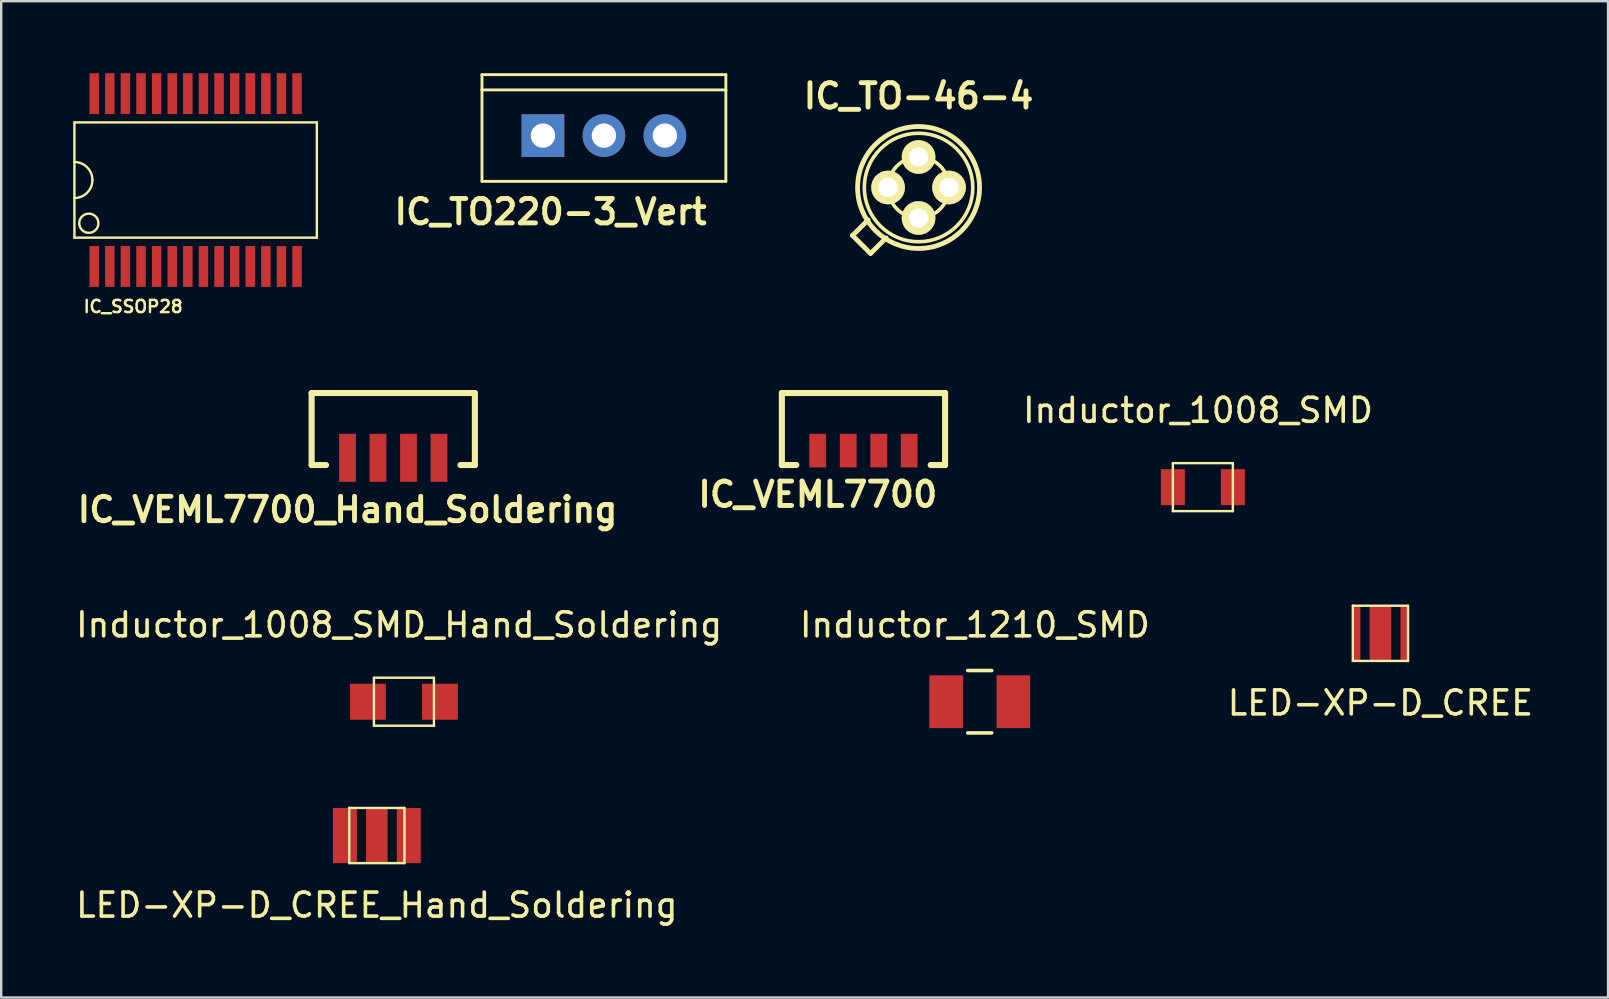
<source format=kicad_pcb>
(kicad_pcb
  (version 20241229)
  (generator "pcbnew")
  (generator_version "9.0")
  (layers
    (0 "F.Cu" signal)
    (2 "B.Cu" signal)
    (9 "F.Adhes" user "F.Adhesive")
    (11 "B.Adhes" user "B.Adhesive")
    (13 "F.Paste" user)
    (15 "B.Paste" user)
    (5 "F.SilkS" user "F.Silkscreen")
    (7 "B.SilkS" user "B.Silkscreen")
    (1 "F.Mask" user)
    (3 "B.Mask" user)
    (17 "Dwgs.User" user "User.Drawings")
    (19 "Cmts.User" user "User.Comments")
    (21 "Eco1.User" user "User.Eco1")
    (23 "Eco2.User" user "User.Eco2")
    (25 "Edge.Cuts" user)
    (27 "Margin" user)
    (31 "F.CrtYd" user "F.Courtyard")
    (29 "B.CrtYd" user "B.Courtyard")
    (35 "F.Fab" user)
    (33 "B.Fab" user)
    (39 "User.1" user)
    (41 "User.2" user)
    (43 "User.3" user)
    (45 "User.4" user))
  (footprint "Inductor_1008_SMD_Hand_Soldering"
    (layer "F.Cu")
    (at 13.778 26.183)
    (property "Reference" "Inductor_1008_SMD_Hand_Soldering" (at -0.201 -3.2 0) (layer "F.SilkS") (effects (font (size 1 1) (thickness 0.15))))
    (attr smd)
    (fp_line (start -1.25 -1) (end -1.25 1) (stroke (width 0.1) (type solid)) (layer "F.SilkS"))
    (fp_line (start -1.25 1) (end 1.25 1) (stroke (width 0.1) (type solid)) (layer "F.SilkS"))
    (fp_line (start 1.25 -1) (end -1.25 -1) (stroke (width 0.1) (type solid)) (layer "F.SilkS"))
    (fp_line (start 1.25 1) (end 1.25 -1) (stroke (width 0.1) (type solid)) (layer "F.SilkS"))
    (pad "1" smd rect (at -1.5 0) (size 1.5 1.5) (layers "F.Cu" "F.Mask" "F.Paste"))
    (pad "2" smd rect (at 1.5 0) (size 1.5 1.5) (layers "F.Cu" "F.Mask" "F.Paste")))
  (footprint "LED-XP-D_CREE"
    (layer "F.Cu")
    (at 54.458 23.334)
    (property "Reference" "LED-XP-D_CREE" (at 0 2.9 0) (layer "F.SilkS") (effects (font (size 1 1) (thickness 0.15))))
    (attr smd)
    (fp_line (start -1.15 -1.15) (end 1.15 -1.15) (stroke (width 0.1) (type solid)) (layer "F.SilkS"))
    (fp_line (start -1.15 1.15) (end -1.15 -1.15) (stroke (width 0.1) (type solid)) (layer "F.SilkS"))
    (fp_line (start 1.15 -1.15) (end 1.15 1.15) (stroke (width 0.1) (type solid)) (layer "F.SilkS"))
    (fp_line (start 1.15 1.15) (end -1.15 1.15) (stroke (width 0.1) (type solid)) (layer "F.SilkS"))
    (pad "1" smd rect (at -1 0) (size 0.33 2.3) (layers "F.Cu" "F.Mask" "F.Paste"))
    (pad "2" smd rect (at 1 0) (size 0.33 2.3) (layers "F.Cu" "F.Mask" "F.Paste"))
    (pad "3" smd rect (at 0 0) (size 0.9 2.3) (layers "F.Cu" "F.Mask" "F.Paste")))
  (footprint "IC_TO-46-4"
    (layer "F.Cu")
    (at 35.217 4.761)
    (property "Reference" "IC_TO-46-4" (at 0 -3.81 0) (layer "F.SilkS") (effects (font (size 1.016 1.016) (thickness 0.203))))
    (attr through_hole)
    (fp_line (start -2.75 2) (end -2.1 1.35) (stroke (width 0.2) (type solid)) (layer "F.SilkS"))
    (fp_line (start -2.75 2) (end -2 2.75) (stroke (width 0.2) (type solid)) (layer "F.SilkS"))
    (fp_line (start -2 2.75) (end -1.35 2.1) (stroke (width 0.2) (type solid)) (layer "F.SilkS"))
    (fp_circle (center 0 0) (end -2.54 0) (stroke (width 0.2) (type solid)) (fill no) (layer "F.SilkS"))
    (fp_circle (center 0 0) (end 1.27 0) (stroke (width 0.15) (type solid)) (fill no) (layer "F.SilkS"))
    (fp_circle (center 0 0) (end 2.26 0) (stroke (width 0.15) (type solid)) (fill no) (layer "F.SilkS"))
    (pad "1" thru_hole circle (at 0 1.27) (size 1.4 1.4) (drill 0.8) (layers "*.Cu" "*.Mask" "F.SilkS"))
    (pad "2" thru_hole circle (at 1.27 0) (size 1.4 1.4) (drill 0.8) (layers "*.Cu" "*.Mask" "F.SilkS"))
    (pad "3" thru_hole circle (at 0 -1.27) (size 1.4 1.4) (drill 0.8) (layers "*.Cu" "*.Mask" "F.SilkS"))
    (pad "4" thru_hole circle (at -1.27 0) (size 1.4 1.4) (drill 0.8) (layers "*.Cu" "*.Mask" "F.SilkS")))
  (footprint "IC_VEML7700_Hand_Soldering"
    (layer "F.Cu")
    (at 13.333 14.373)
    (property "Reference" "IC_VEML7700_Hand_Soldering" (at -1.905 3.81 0) (layer "F.SilkS") (effects (font (size 1.016 1.016) (thickness 0.203))))
    (attr smd)
    (fp_line (start -3.4 -1.05) (end 3.4 -1.05) (stroke (width 0.254) (type solid)) (layer "F.SilkS"))
    (fp_line (start -3.4 1.95) (end -3.4 -1.05) (stroke (width 0.254) (type solid)) (layer "F.SilkS"))
    (fp_line (start -3.4 1.95) (end -2.8 1.95) (stroke (width 0.254) (type solid)) (layer "F.SilkS"))
    (fp_line (start 3.4 -1.05) (end 3.4 1.95) (stroke (width 0.254) (type solid)) (layer "F.SilkS"))
    (fp_line (start 3.4 1.95) (end 2.8 1.95) (stroke (width 0.254) (type solid)) (layer "F.SilkS"))
    (pad "1" smd rect (at -1.905 1.65) (size 0.7 2) (layers "F.Cu" "F.Mask" "F.Paste"))
    (pad "2" smd rect (at -0.635 1.65) (size 0.7 2) (layers "F.Cu" "F.Mask" "F.Paste"))
    (pad "3" smd rect (at 0.635 1.65) (size 0.7 2) (layers "F.Cu" "F.Mask" "F.Paste"))
    (pad "4" smd rect (at 1.905 1.65) (size 0.7 2) (layers "F.Cu" "F.Mask" "F.Paste")))
  (footprint "LED-XP-D_CREE_Hand_Soldering"
    (layer "F.Cu")
    (at 12.649 31.758)
    (property "Reference" "LED-XP-D_CREE_Hand_Soldering" (at 0 2.9 0) (layer "F.SilkS") (effects (font (size 1 1) (thickness 0.15))))
    (attr smd)
    (fp_line (start -1.15 -1.15) (end 1.15 -1.15) (stroke (width 0.1) (type solid)) (layer "F.SilkS"))
    (fp_line (start -1.15 1.15) (end -1.15 -1.15) (stroke (width 0.1) (type solid)) (layer "F.SilkS"))
    (fp_line (start 1.15 -1.15) (end 1.15 1.15) (stroke (width 0.1) (type solid)) (layer "F.SilkS"))
    (fp_line (start 1.15 1.15) (end -1.15 1.15) (stroke (width 0.1) (type solid)) (layer "F.SilkS"))
    (pad "1" smd rect (at -1.33 0) (size 1 2.3) (layers "F.Cu" "F.Mask" "F.Paste"))
    (pad "2" smd rect (at 1.33 0) (size 1 2.3) (layers "F.Cu" "F.Mask" "F.Paste"))
    (pad "3" smd rect (at 0 0) (size 0.9 2.3) (layers "F.Cu" "F.Mask" "F.Paste")))
  (footprint "Inductor_1210_SMD"
    (layer "F.Cu")
    (at 37.766 26.183)
    (property "Reference" "Inductor_1210_SMD" (at -0.201 -3.2 0) (layer "F.SilkS") (effects (font (size 1 1) (thickness 0.15))))
    (attr smd)
    (fp_line (start 0.5 -1.3) (end -0.5 -1.3) (stroke (width 0.15) (type solid)) (layer "F.SilkS"))
    (fp_line (start 0.5 1.3) (end -0.5 1.3) (stroke (width 0.15) (type solid)) (layer "F.SilkS"))
    (pad "1" smd rect (at -1.4 0) (size 1.4 2.2) (layers "F.Cu" "F.Mask" "F.Paste"))
    (pad "2" smd rect (at 1.4 0) (size 1.4 2.2) (layers "F.Cu" "F.Mask" "F.Paste")))
  (footprint "IC_VEML7700"
    (layer "F.Cu")
    (at 32.922 14.373)
    (property "Reference" "IC_VEML7700" (at -1.905 3.175 0) (layer "F.SilkS") (effects (font (size 1.016 1.016) (thickness 0.203))))
    (attr smd)
    (fp_line (start -3.4 -1.05) (end 3.4 -1.05) (stroke (width 0.254) (type solid)) (layer "F.SilkS"))
    (fp_line (start -3.4 1.95) (end -3.4 -1.05) (stroke (width 0.254) (type solid)) (layer "F.SilkS"))
    (fp_line (start -3.4 1.95) (end -2.8 1.95) (stroke (width 0.254) (type solid)) (layer "F.SilkS"))
    (fp_line (start 3.4 -1.05) (end 3.4 1.95) (stroke (width 0.254) (type solid)) (layer "F.SilkS"))
    (fp_line (start 3.4 1.95) (end 2.8 1.95) (stroke (width 0.254) (type solid)) (layer "F.SilkS"))
    (pad "1" smd rect (at -1.905 1.35) (size 0.7 1.4) (layers "F.Cu" "F.Mask" "F.Paste"))
    (pad "2" smd rect (at -0.635 1.35) (size 0.7 1.4) (layers "F.Cu" "F.Mask" "F.Paste"))
    (pad "3" smd rect (at 0.635 1.35) (size 0.7 1.4) (layers "F.Cu" "F.Mask" "F.Paste"))
    (pad "4" smd rect (at 1.905 1.35) (size 0.7 1.4) (layers "F.Cu" "F.Mask" "F.Paste")))
  (footprint "Inductor_1008_SMD"
    (layer "F.Cu")
    (at 47.061 17.245)
    (property "Reference" "Inductor_1008_SMD" (at -0.201 -3.2 0) (layer "F.SilkS") (effects (font (size 1 1) (thickness 0.15))))
    (attr smd)
    (fp_line (start -1.25 -1) (end -1.25 1) (stroke (width 0.1) (type solid)) (layer "F.SilkS"))
    (fp_line (start -1.25 1) (end 1.25 1) (stroke (width 0.1) (type solid)) (layer "F.SilkS"))
    (fp_line (start 1.25 -1) (end -1.25 -1) (stroke (width 0.1) (type solid)) (layer "F.SilkS"))
    (fp_line (start 1.25 1) (end 1.25 -1) (stroke (width 0.1) (type solid)) (layer "F.SilkS"))
    (pad "1" smd rect (at -1.25 0) (size 1 1.5) (layers "F.Cu" "F.Mask" "F.Paste"))
    (pad "2" smd rect (at 1.25 0) (size 1 1.5) (layers "F.Cu" "F.Mask" "F.Paste")))
  (footprint "IC_TO220-3_Vert"
    (layer "F.Cu")
    (at 22.109 2.6)
    (property "Reference" "IC_TO220-3_Vert" (at -2.223 3.175 0) (layer "F.SilkS") (effects (font (size 1.016 1.016) (thickness 0.203))))
    (attr through_hole)
    (fp_line (start -5.08 -2.54) (end 5.08 -2.54) (stroke (width 0.12) (type solid)) (layer "F.SilkS"))
    (fp_line (start -5.08 -1.905) (end -5.08 -2.54) (stroke (width 0.12) (type solid)) (layer "F.SilkS"))
    (fp_line (start -5.08 -1.905) (end 5.08 -1.905) (stroke (width 0.12) (type solid)) (layer "F.SilkS"))
    (fp_line (start -5.08 1.905) (end -5.08 -1.905) (stroke (width 0.12) (type solid)) (layer "F.SilkS"))
    (fp_line (start 5.08 -2.54) (end 5.08 -1.905) (stroke (width 0.12) (type solid)) (layer "F.SilkS"))
    (fp_line (start 5.08 -1.905) (end 5.08 1.905) (stroke (width 0.12) (type solid)) (layer "F.SilkS"))
    (fp_line (start 5.08 1.905) (end -5.08 1.905) (stroke (width 0.12) (type solid)) (layer "F.SilkS"))
    (pad "1" thru_hole rect (at -2.54 0 90) (size 1.778 1.778) (drill 1.016) (layers "*.Cu" "*.Mask"))
    (pad "2" thru_hole circle (at 0 0 90) (size 1.778 1.778) (drill 1.016) (layers "*.Cu" "*.Mask"))
    (pad "3" thru_hole circle (at 2.54 0 90) (size 1.778 1.778) (drill 1.016) (layers "*.Cu" "*.Mask")))
  (footprint "IC_SSOP28"
    (layer "F.Cu")
    (at 5.1 4.45)
    (property "Reference" "IC_SSOP28" (at -2.603 5.271 0) (layer "F.SilkS") (effects (font (size 0.508 0.508) (thickness 0.102))))
    (attr smd)
    (fp_line (start -5.05 -2.4) (end 5.05 -2.4) (stroke (width 0.1) (type solid)) (layer "F.SilkS"))
    (fp_line (start -5.05 2.4) (end -5.05 -2.4) (stroke (width 0.1) (type solid)) (layer "F.SilkS"))
    (fp_line (start 5.05 -2.4) (end 5.05 2.4) (stroke (width 0.1) (type solid)) (layer "F.SilkS"))
    (fp_line (start 5.05 2.4) (end -5.05 2.4) (stroke (width 0.1) (type solid)) (layer "F.SilkS"))
    (fp_arc (start -5.05 -0.75) (mid -4.51967 -0.53033) (end -4.3 0) (stroke (width 0.1) (type solid)) (layer "F.SilkS"))
    (fp_arc (start -4.3 0) (mid -4.51967 0.53033) (end -5.05 0.75) (stroke (width 0.1) (type solid)) (layer "F.SilkS"))
    (fp_circle (center -4.45 1.8) (end -4.45 2.2) (stroke (width 0.1) (type solid)) (fill no) (layer "F.SilkS"))
    (pad "1" smd rect (at -4.225 3.6) (size 0.395 1.7) (layers "F.Cu" "F.Mask" "F.Paste"))
    (pad "2" smd rect (at -3.575 3.6) (size 0.395 1.7) (layers "F.Cu" "F.Mask" "F.Paste"))
    (pad "3" smd rect (at -2.925 3.6) (size 0.395 1.7) (layers "F.Cu" "F.Mask" "F.Paste"))
    (pad "4" smd rect (at -2.275 3.6) (size 0.395 1.7) (layers "F.Cu" "F.Mask" "F.Paste"))
    (pad "5" smd rect (at -1.625 3.6) (size 0.395 1.7) (layers "F.Cu" "F.Mask" "F.Paste"))
    (pad "6" smd rect (at -0.975 3.6) (size 0.395 1.7) (layers "F.Cu" "F.Mask" "F.Paste"))
    (pad "7" smd rect (at -0.325 3.6) (size 0.395 1.7) (layers "F.Cu" "F.Mask" "F.Paste"))
    (pad "8" smd rect (at 0.325 3.6) (size 0.395 1.7) (layers "F.Cu" "F.Mask" "F.Paste"))
    (pad "9" smd rect (at 0.975 3.6) (size 0.395 1.7) (layers "F.Cu" "F.Mask" "F.Paste"))
    (pad "10" smd rect (at 1.625 3.6) (size 0.395 1.7) (layers "F.Cu" "F.Mask" "F.Paste"))
    (pad "11" smd rect (at 2.275 3.6) (size 0.395 1.7) (layers "F.Cu" "F.Mask" "F.Paste"))
    (pad "12" smd rect (at 2.925 3.6) (size 0.395 1.7) (layers "F.Cu" "F.Mask" "F.Paste"))
    (pad "13" smd rect (at 3.575 3.6) (size 0.395 1.7) (layers "F.Cu" "F.Mask" "F.Paste"))
    (pad "14" smd rect (at 4.225 3.6) (size 0.395 1.7) (layers "F.Cu" "F.Mask" "F.Paste"))
    (pad "15" smd rect (at 4.225 -3.6) (size 0.395 1.7) (layers "F.Cu" "F.Mask" "F.Paste"))
    (pad "16" smd rect (at 3.575 -3.6) (size 0.395 1.7) (layers "F.Cu" "F.Mask" "F.Paste"))
    (pad "17" smd rect (at 2.925 -3.6) (size 0.395 1.7) (layers "F.Cu" "F.Mask" "F.Paste"))
    (pad "18" smd rect (at 2.275 -3.6) (size 0.395 1.7) (layers "F.Cu" "F.Mask" "F.Paste"))
    (pad "19" smd rect (at 1.625 -3.6) (size 0.395 1.7) (layers "F.Cu" "F.Mask" "F.Paste"))
    (pad "20" smd rect (at 0.975 -3.6) (size 0.395 1.7) (layers "F.Cu" "F.Mask" "F.Paste"))
    (pad "21" smd rect (at 0.325 -3.6) (size 0.395 1.7) (layers "F.Cu" "F.Mask" "F.Paste"))
    (pad "22" smd rect (at -0.325 -3.6) (size 0.395 1.7) (layers "F.Cu" "F.Mask" "F.Paste"))
    (pad "23" smd rect (at -0.975 -3.6) (size 0.395 1.7) (layers "F.Cu" "F.Mask" "F.Paste"))
    (pad "24" smd rect (at -1.625 -3.6) (size 0.395 1.7) (layers "F.Cu" "F.Mask" "F.Paste"))
    (pad "25" smd rect (at -2.275 -3.6) (size 0.395 1.7) (layers "F.Cu" "F.Mask" "F.Paste"))
    (pad "26" smd rect (at -2.925 -3.6) (size 0.395 1.7) (layers "F.Cu" "F.Mask" "F.Paste"))
    (pad "27" smd rect (at -3.575 -3.6) (size 0.395 1.7) (layers "F.Cu" "F.Mask" "F.Paste"))
    (pad "28" smd rect (at -4.225 -3.6) (size 0.395 1.7) (layers "F.Cu" "F.Mask" "F.Paste")))
  (gr_rect
    (start -3 -3)
    (end 63.94 38.506)
    (stroke (width 0.1) (type default))
    (fill no)
    (layer "Edge.Cuts")))
</source>
